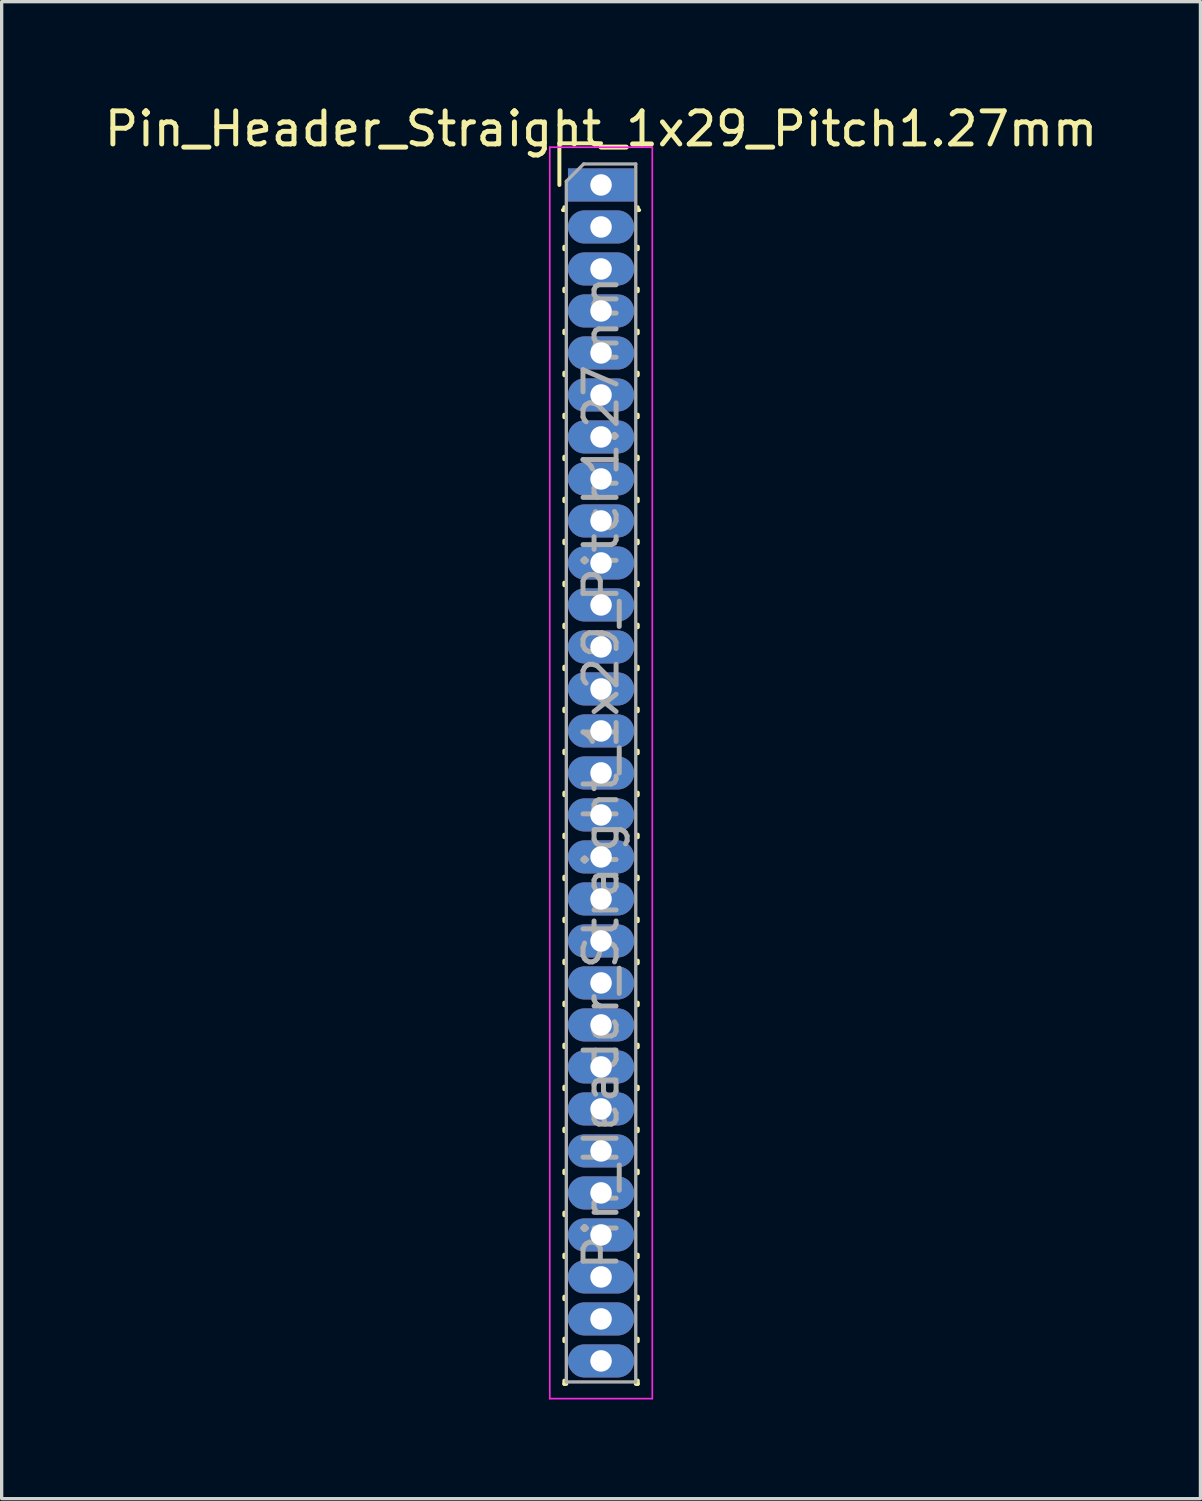
<source format=kicad_pcb>
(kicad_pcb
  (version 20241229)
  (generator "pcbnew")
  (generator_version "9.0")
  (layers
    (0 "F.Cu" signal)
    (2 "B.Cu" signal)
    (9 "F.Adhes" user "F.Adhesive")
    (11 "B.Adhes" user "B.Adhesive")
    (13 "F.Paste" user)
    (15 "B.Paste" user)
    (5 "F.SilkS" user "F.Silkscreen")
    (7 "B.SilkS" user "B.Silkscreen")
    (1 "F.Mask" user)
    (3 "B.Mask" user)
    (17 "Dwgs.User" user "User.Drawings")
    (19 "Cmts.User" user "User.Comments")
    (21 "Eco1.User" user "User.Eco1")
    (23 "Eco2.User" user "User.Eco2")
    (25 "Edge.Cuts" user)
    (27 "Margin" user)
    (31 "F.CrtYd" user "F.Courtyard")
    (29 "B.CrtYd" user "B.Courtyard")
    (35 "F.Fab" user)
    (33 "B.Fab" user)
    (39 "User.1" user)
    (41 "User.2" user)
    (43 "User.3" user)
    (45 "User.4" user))
  (footprint "Pin_Header_Straight_1x29_Pitch1.27mm"
    (layer "F.Cu")
    (at 15.125 2.543)
    (property "Reference" "Pin_Header_Straight_1x29_Pitch1.27mm" (at 0 -1.695 0) (layer "F.SilkS") (effects (font (size 1 1) (thickness 0.15))))
    (attr through_hole)
    (fp_line (start -1.26 -1.26) (end 0 -1.26) (stroke (width 0.12) (type solid)) (layer "F.SilkS"))
    (fp_line (start -1.26 0) (end -1.26 -1.26) (stroke (width 0.12) (type solid)) (layer "F.SilkS"))
    (fp_line (start -1.11 0.76) (end -1.152 0.76) (stroke (width 0.12) (type solid)) (layer "F.SilkS"))
    (fp_line (start -1.11 0.76) (end -1.11 0.674) (stroke (width 0.12) (type solid)) (layer "F.SilkS"))
    (fp_line (start -1.11 1.866) (end -1.11 1.944) (stroke (width 0.12) (type solid)) (layer "F.SilkS"))
    (fp_line (start -1.11 3.136) (end -1.11 3.214) (stroke (width 0.12) (type solid)) (layer "F.SilkS"))
    (fp_line (start -1.11 4.406) (end -1.11 4.484) (stroke (width 0.12) (type solid)) (layer "F.SilkS"))
    (fp_line (start -1.11 5.676) (end -1.11 5.754) (stroke (width 0.12) (type solid)) (layer "F.SilkS"))
    (fp_line (start -1.11 6.946) (end -1.11 7.024) (stroke (width 0.12) (type solid)) (layer "F.SilkS"))
    (fp_line (start -1.11 8.216) (end -1.11 8.294) (stroke (width 0.12) (type solid)) (layer "F.SilkS"))
    (fp_line (start -1.11 9.486) (end -1.11 9.564) (stroke (width 0.12) (type solid)) (layer "F.SilkS"))
    (fp_line (start -1.11 10.756) (end -1.11 10.834) (stroke (width 0.12) (type solid)) (layer "F.SilkS"))
    (fp_line (start -1.11 12.026) (end -1.11 12.104) (stroke (width 0.12) (type solid)) (layer "F.SilkS"))
    (fp_line (start -1.11 13.296) (end -1.11 13.374) (stroke (width 0.12) (type solid)) (layer "F.SilkS"))
    (fp_line (start -1.11 14.566) (end -1.11 14.644) (stroke (width 0.12) (type solid)) (layer "F.SilkS"))
    (fp_line (start -1.11 15.836) (end -1.11 15.914) (stroke (width 0.12) (type solid)) (layer "F.SilkS"))
    (fp_line (start -1.11 17.106) (end -1.11 17.184) (stroke (width 0.12) (type solid)) (layer "F.SilkS"))
    (fp_line (start -1.11 18.376) (end -1.11 18.454) (stroke (width 0.12) (type solid)) (layer "F.SilkS"))
    (fp_line (start -1.11 19.646) (end -1.11 19.724) (stroke (width 0.12) (type solid)) (layer "F.SilkS"))
    (fp_line (start -1.11 20.916) (end -1.11 20.994) (stroke (width 0.12) (type solid)) (layer "F.SilkS"))
    (fp_line (start -1.11 22.186) (end -1.11 22.264) (stroke (width 0.12) (type solid)) (layer "F.SilkS"))
    (fp_line (start -1.11 23.456) (end -1.11 23.534) (stroke (width 0.12) (type solid)) (layer "F.SilkS"))
    (fp_line (start -1.11 24.726) (end -1.11 24.804) (stroke (width 0.12) (type solid)) (layer "F.SilkS"))
    (fp_line (start -1.11 25.996) (end -1.11 26.074) (stroke (width 0.12) (type solid)) (layer "F.SilkS"))
    (fp_line (start -1.11 27.266) (end -1.11 27.344) (stroke (width 0.12) (type solid)) (layer "F.SilkS"))
    (fp_line (start -1.11 28.536) (end -1.11 28.614) (stroke (width 0.12) (type solid)) (layer "F.SilkS"))
    (fp_line (start -1.11 29.806) (end -1.11 29.884) (stroke (width 0.12) (type solid)) (layer "F.SilkS"))
    (fp_line (start -1.11 31.076) (end -1.11 31.154) (stroke (width 0.12) (type solid)) (layer "F.SilkS"))
    (fp_line (start -1.11 32.346) (end -1.11 32.424) (stroke (width 0.12) (type solid)) (layer "F.SilkS"))
    (fp_line (start -1.11 33.616) (end -1.11 33.694) (stroke (width 0.12) (type solid)) (layer "F.SilkS"))
    (fp_line (start -1.11 34.886) (end -1.11 34.964) (stroke (width 0.12) (type solid)) (layer "F.SilkS"))
    (fp_line (start -1.11 36.156) (end -1.11 36.255) (stroke (width 0.12) (type solid)) (layer "F.SilkS"))
    (fp_line (start -1.11 36.255) (end -1.051 36.255) (stroke (width 0.12) (type solid)) (layer "F.SilkS"))
    (fp_line (start 1.051 36.255) (end 1.11 36.255) (stroke (width 0.12) (type solid)) (layer "F.SilkS"))
    (fp_line (start 1.11 0.76) (end 1.11 0.674) (stroke (width 0.12) (type solid)) (layer "F.SilkS"))
    (fp_line (start 1.11 1.866) (end 1.11 1.944) (stroke (width 0.12) (type solid)) (layer "F.SilkS"))
    (fp_line (start 1.11 3.136) (end 1.11 3.214) (stroke (width 0.12) (type solid)) (layer "F.SilkS"))
    (fp_line (start 1.11 4.406) (end 1.11 4.484) (stroke (width 0.12) (type solid)) (layer "F.SilkS"))
    (fp_line (start 1.11 5.676) (end 1.11 5.754) (stroke (width 0.12) (type solid)) (layer "F.SilkS"))
    (fp_line (start 1.11 6.946) (end 1.11 7.024) (stroke (width 0.12) (type solid)) (layer "F.SilkS"))
    (fp_line (start 1.11 8.216) (end 1.11 8.294) (stroke (width 0.12) (type solid)) (layer "F.SilkS"))
    (fp_line (start 1.11 9.486) (end 1.11 9.564) (stroke (width 0.12) (type solid)) (layer "F.SilkS"))
    (fp_line (start 1.11 10.756) (end 1.11 10.834) (stroke (width 0.12) (type solid)) (layer "F.SilkS"))
    (fp_line (start 1.11 12.026) (end 1.11 12.104) (stroke (width 0.12) (type solid)) (layer "F.SilkS"))
    (fp_line (start 1.11 13.296) (end 1.11 13.374) (stroke (width 0.12) (type solid)) (layer "F.SilkS"))
    (fp_line (start 1.11 14.566) (end 1.11 14.644) (stroke (width 0.12) (type solid)) (layer "F.SilkS"))
    (fp_line (start 1.11 15.836) (end 1.11 15.914) (stroke (width 0.12) (type solid)) (layer "F.SilkS"))
    (fp_line (start 1.11 17.106) (end 1.11 17.184) (stroke (width 0.12) (type solid)) (layer "F.SilkS"))
    (fp_line (start 1.11 18.376) (end 1.11 18.454) (stroke (width 0.12) (type solid)) (layer "F.SilkS"))
    (fp_line (start 1.11 19.646) (end 1.11 19.724) (stroke (width 0.12) (type solid)) (layer "F.SilkS"))
    (fp_line (start 1.11 20.916) (end 1.11 20.994) (stroke (width 0.12) (type solid)) (layer "F.SilkS"))
    (fp_line (start 1.11 22.186) (end 1.11 22.264) (stroke (width 0.12) (type solid)) (layer "F.SilkS"))
    (fp_line (start 1.11 23.456) (end 1.11 23.534) (stroke (width 0.12) (type solid)) (layer "F.SilkS"))
    (fp_line (start 1.11 24.726) (end 1.11 24.804) (stroke (width 0.12) (type solid)) (layer "F.SilkS"))
    (fp_line (start 1.11 25.996) (end 1.11 26.074) (stroke (width 0.12) (type solid)) (layer "F.SilkS"))
    (fp_line (start 1.11 27.266) (end 1.11 27.344) (stroke (width 0.12) (type solid)) (layer "F.SilkS"))
    (fp_line (start 1.11 28.536) (end 1.11 28.614) (stroke (width 0.12) (type solid)) (layer "F.SilkS"))
    (fp_line (start 1.11 29.806) (end 1.11 29.884) (stroke (width 0.12) (type solid)) (layer "F.SilkS"))
    (fp_line (start 1.11 31.076) (end 1.11 31.154) (stroke (width 0.12) (type solid)) (layer "F.SilkS"))
    (fp_line (start 1.11 32.346) (end 1.11 32.424) (stroke (width 0.12) (type solid)) (layer "F.SilkS"))
    (fp_line (start 1.11 33.616) (end 1.11 33.694) (stroke (width 0.12) (type solid)) (layer "F.SilkS"))
    (fp_line (start 1.11 34.886) (end 1.11 34.964) (stroke (width 0.12) (type solid)) (layer "F.SilkS"))
    (fp_line (start 1.11 36.156) (end 1.11 36.255) (stroke (width 0.12) (type solid)) (layer "F.SilkS"))
    (fp_line (start 1.152 0.76) (end 1.11 0.76) (stroke (width 0.12) (type solid)) (layer "F.SilkS"))
    (fp_line (start -1.55 -1.14) (end -1.55 36.7) (stroke (width 0.05) (type solid)) (layer "F.CrtYd"))
    (fp_line (start -1.55 36.7) (end 1.55 36.7) (stroke (width 0.05) (type solid)) (layer "F.CrtYd"))
    (fp_line (start 1.55 -1.14) (end -1.55 -1.14) (stroke (width 0.05) (type solid)) (layer "F.CrtYd"))
    (fp_line (start 1.55 36.7) (end 1.55 -1.14) (stroke (width 0.05) (type solid)) (layer "F.CrtYd"))
    (fp_line (start -1.05 -0.11) (end -0.525 -0.635) (stroke (width 0.1) (type solid)) (layer "F.Fab"))
    (fp_line (start -1.05 36.195) (end -1.05 -0.11) (stroke (width 0.1) (type solid)) (layer "F.Fab"))
    (fp_line (start -0.525 -0.635) (end 1.05 -0.635) (stroke (width 0.1) (type solid)) (layer "F.Fab"))
    (fp_line (start 1.05 -0.635) (end 1.05 36.195) (stroke (width 0.1) (type solid)) (layer "F.Fab"))
    (fp_line (start 1.05 36.195) (end -1.05 36.195) (stroke (width 0.1) (type solid)) (layer "F.Fab"))
    (fp_text user "${REFERENCE}" (at 0 17.78 90) (layer "F.Fab") (effects (font (size 1 1) (thickness 0.15))))
    (pad "1" thru_hole rect (at 0 0) (size 2 1) (drill 0.65) (layers "*.Cu" "*.Mask"))
    (pad "2" thru_hole oval (at 0 1.27) (size 2 1) (drill 0.65) (layers "*.Cu" "*.Mask"))
    (pad "3" thru_hole oval (at 0 2.54) (size 2 1) (drill 0.65) (layers "*.Cu" "*.Mask"))
    (pad "4" thru_hole oval (at 0 3.81) (size 2 1) (drill 0.65) (layers "*.Cu" "*.Mask"))
    (pad "5" thru_hole oval (at 0 5.08) (size 2 1) (drill 0.65) (layers "*.Cu" "*.Mask"))
    (pad "6" thru_hole oval (at 0 6.35) (size 2 1) (drill 0.65) (layers "*.Cu" "*.Mask"))
    (pad "7" thru_hole oval (at 0 7.62) (size 2 1) (drill 0.65) (layers "*.Cu" "*.Mask"))
    (pad "8" thru_hole oval (at 0 8.89) (size 2 1) (drill 0.65) (layers "*.Cu" "*.Mask"))
    (pad "9" thru_hole oval (at 0 10.16) (size 2 1) (drill 0.65) (layers "*.Cu" "*.Mask"))
    (pad "10" thru_hole oval (at 0 11.43) (size 2 1) (drill 0.65) (layers "*.Cu" "*.Mask"))
    (pad "11" thru_hole oval (at 0 12.7) (size 2 1) (drill 0.65) (layers "*.Cu" "*.Mask"))
    (pad "12" thru_hole oval (at 0 13.97) (size 2 1) (drill 0.65) (layers "*.Cu" "*.Mask"))
    (pad "13" thru_hole oval (at 0 15.24) (size 2 1) (drill 0.65) (layers "*.Cu" "*.Mask"))
    (pad "14" thru_hole oval (at 0 16.51) (size 2 1) (drill 0.65) (layers "*.Cu" "*.Mask"))
    (pad "15" thru_hole oval (at 0 17.78) (size 2 1) (drill 0.65) (layers "*.Cu" "*.Mask"))
    (pad "16" thru_hole oval (at 0 19.05) (size 2 1) (drill 0.65) (layers "*.Cu" "*.Mask"))
    (pad "17" thru_hole oval (at 0 20.32) (size 2 1) (drill 0.65) (layers "*.Cu" "*.Mask"))
    (pad "18" thru_hole oval (at 0 21.59) (size 2 1) (drill 0.65) (layers "*.Cu" "*.Mask"))
    (pad "19" thru_hole oval (at 0 22.86) (size 2 1) (drill 0.65) (layers "*.Cu" "*.Mask"))
    (pad "20" thru_hole oval (at 0 24.13) (size 2 1) (drill 0.65) (layers "*.Cu" "*.Mask"))
    (pad "21" thru_hole oval (at 0 25.4) (size 2 1) (drill 0.65) (layers "*.Cu" "*.Mask"))
    (pad "22" thru_hole oval (at 0 26.67) (size 2 1) (drill 0.65) (layers "*.Cu" "*.Mask"))
    (pad "23" thru_hole oval (at 0 27.94) (size 2 1) (drill 0.65) (layers "*.Cu" "*.Mask"))
    (pad "24" thru_hole oval (at 0 29.21) (size 2 1) (drill 0.65) (layers "*.Cu" "*.Mask"))
    (pad "25" thru_hole oval (at 0 30.48) (size 2 1) (drill 0.65) (layers "*.Cu" "*.Mask"))
    (pad "26" thru_hole oval (at 0 31.75) (size 2 1) (drill 0.65) (layers "*.Cu" "*.Mask"))
    (pad "27" thru_hole oval (at 0 33.02) (size 2 1) (drill 0.65) (layers "*.Cu" "*.Mask"))
    (pad "28" thru_hole oval (at 0 34.29) (size 2 1) (drill 0.65) (layers "*.Cu" "*.Mask"))
    (pad "29" thru_hole oval (at 0 35.56) (size 2 1) (drill 0.65) (layers "*.Cu" "*.Mask")))
  (gr_rect
    (start -3 -3)
    (end 33.25 42.268)
    (stroke (width 0.1) (type default))
    (fill no)
    (layer "Edge.Cuts")))
</source>
